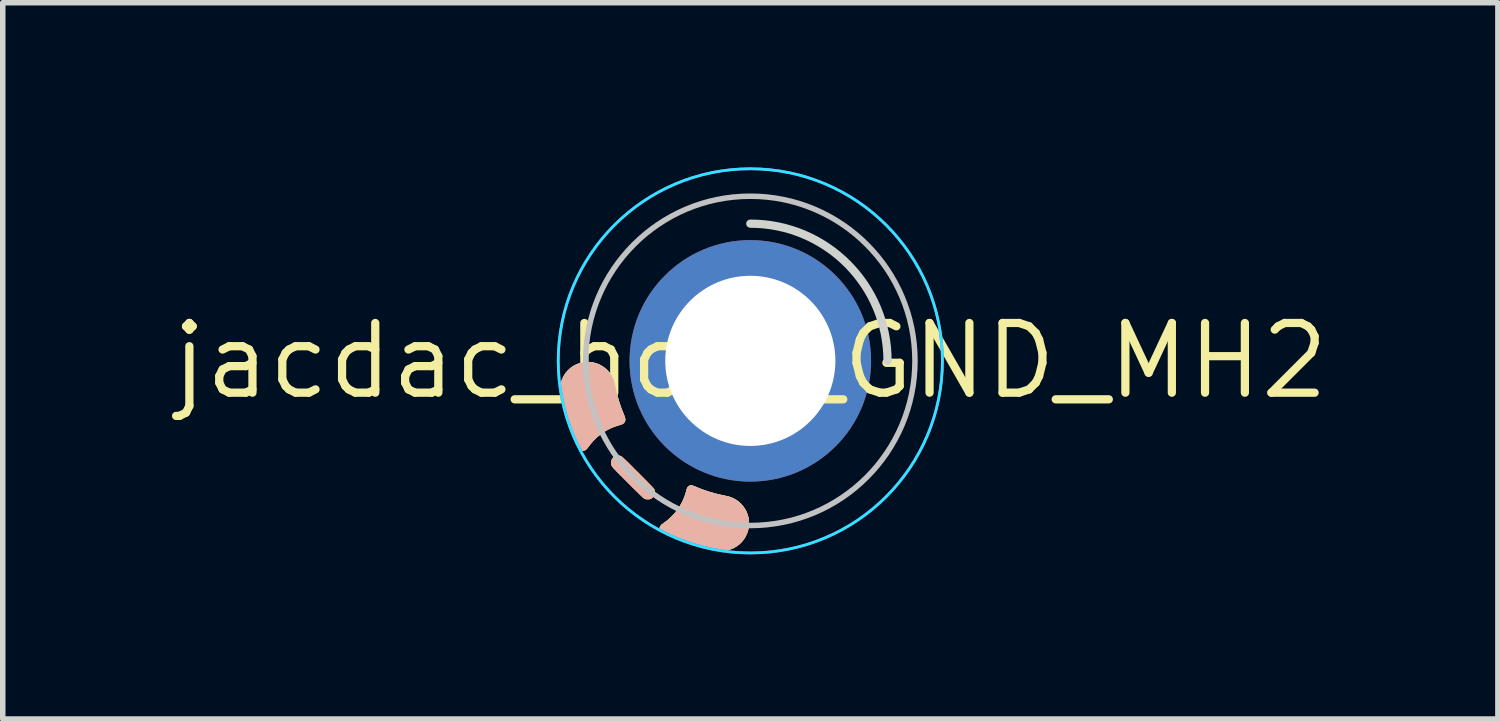
<source format=kicad_pcb>
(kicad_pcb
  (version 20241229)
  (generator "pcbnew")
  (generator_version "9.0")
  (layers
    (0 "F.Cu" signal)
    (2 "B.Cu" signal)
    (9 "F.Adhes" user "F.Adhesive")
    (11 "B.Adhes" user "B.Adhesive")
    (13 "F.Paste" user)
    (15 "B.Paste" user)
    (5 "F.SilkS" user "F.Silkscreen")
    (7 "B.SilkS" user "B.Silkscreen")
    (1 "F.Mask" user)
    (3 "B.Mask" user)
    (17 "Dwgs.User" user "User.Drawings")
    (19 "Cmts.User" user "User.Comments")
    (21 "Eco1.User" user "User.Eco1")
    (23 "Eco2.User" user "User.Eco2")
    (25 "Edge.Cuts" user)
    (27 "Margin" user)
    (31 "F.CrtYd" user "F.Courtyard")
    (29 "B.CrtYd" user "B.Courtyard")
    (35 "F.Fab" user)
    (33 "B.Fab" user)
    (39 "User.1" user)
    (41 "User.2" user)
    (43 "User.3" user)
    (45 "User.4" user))
  (footprint "jacdac_hole_GND_MH2"
    (layer "F.Cu")
    (at 10.621 3.525)
    (property "Reference" "jacdac_hole_GND_MH2" (at 0 0 0) (layer "F.SilkS") (effects (font (size 1.27 1.27) (thickness 0.15))))
    (attr through_hole)
    (fp_circle (center 0 0) (end -2.5 0) (stroke (width 0) (type solid)) (fill yes) (layer "F.Mask"))
    (fp_circle (center 0 0) (end -2.5 0) (stroke (width 0) (type solid)) (fill yes) (layer "B.Mask"))
    (fp_poly (pts (xy -2.284 1.095) (xy -2.292 1.111) (xy -2.302 1.124) (xy -2.311 1.133) (xy -2.32 1.141) (xy -2.332 1.148) (xy -2.347 1.154) (xy -2.368 1.161) (xy -2.394 1.169) (xy -2.395 1.169) (xy -2.452 1.187) (xy -2.504 1.206) (xy -2.553 1.227) (xy -2.586 1.244) (xy -2.662 1.286) (xy -2.733 1.336) (xy -2.8 1.392) (xy -2.863 1.453) (xy -2.919 1.519) (xy -2.947 1.556) (xy -2.969 1.585) (xy -2.989 1.607) (xy -3.009 1.622) (xy -3.028 1.631) (xy -3.048 1.635) (xy -3.053 1.635) (xy -3.072 1.633) (xy -3.088 1.627) (xy -3.104 1.616) (xy -3.119 1.598) (xy -3.135 1.575) (xy -3.151 1.544) (xy -3.152 1.544) (xy -3.209 1.422) (xy -3.262 1.295) (xy -3.311 1.162) (xy -3.356 1.025) (xy -3.395 0.885) (xy -3.43 0.743) (xy -3.442 0.685) (xy -3.453 0.625) (xy -3.46 0.572) (xy -3.463 0.525) (xy -3.462 0.483) (xy -3.458 0.449) (xy -3.444 0.386) (xy -3.422 0.326) (xy -3.394 0.27) (xy -3.36 0.219) (xy -3.319 0.172) (xy -3.273 0.13) (xy -3.221 0.094) (xy -3.212 0.089) (xy -3.159 0.063) (xy -3.103 0.043) (xy -3.045 0.03) (xy -2.985 0.024) (xy -2.924 0.024) (xy -2.865 0.032) (xy -2.807 0.047) (xy -2.803 0.048) (xy -2.747 0.071) (xy -2.694 0.101) (xy -2.645 0.137) (xy -2.6 0.178) (xy -2.561 0.225) (xy -2.527 0.276) (xy -2.5 0.33) (xy -2.491 0.352) (xy -2.487 0.366) (xy -2.481 0.386) (xy -2.475 0.411) (xy -2.469 0.437) (xy -2.463 0.464) (xy -2.463 0.464) (xy -2.442 0.564) (xy -2.418 0.658) (xy -2.392 0.747) (xy -2.363 0.835) (xy -2.33 0.922) (xy -2.31 0.969) (xy -2.297 1.004) (xy -2.287 1.033) (xy -2.282 1.057) (xy -2.281 1.077) (xy -2.284 1.095)) (stroke (width 0.01) (type solid)) (fill yes) (layer "F.SilkS"))
    (fp_poly (pts (xy -1.745 2.41) (xy -1.752 2.44) (xy -1.766 2.466) (xy -1.786 2.489) (xy -1.809 2.505) (xy -1.82 2.511) (xy -1.83 2.514) (xy -1.841 2.516) (xy -1.855 2.517) (xy -1.868 2.517) (xy -1.888 2.516) (xy -1.902 2.515) (xy -1.913 2.512) (xy -1.925 2.508) (xy -1.926 2.507) (xy -1.93 2.505) (xy -1.937 2.5) (xy -1.945 2.493) (xy -1.956 2.483) (xy -1.97 2.47) (xy -1.987 2.454) (xy -2.007 2.434) (xy -2.031 2.411) (xy -2.059 2.383) (xy -2.092 2.351) (xy -2.129 2.315) (xy -2.171 2.273) (xy -2.218 2.226) (xy -2.228 2.216) (xy -2.275 2.169) (xy -2.317 2.127) (xy -2.353 2.091) (xy -2.385 2.059) (xy -2.412 2.031) (xy -2.436 2.007) (xy -2.456 1.986) (xy -2.472 1.969) (xy -2.486 1.955) (xy -2.497 1.943) (xy -2.505 1.934) (xy -2.511 1.926) (xy -2.516 1.92) (xy -2.519 1.915) (xy -2.521 1.911) (xy -2.529 1.886) (xy -2.533 1.858) (xy -2.532 1.833) (xy -2.53 1.824) (xy -2.518 1.794) (xy -2.5 1.769) (xy -2.477 1.75) (xy -2.45 1.736) (xy -2.42 1.73) (xy -2.398 1.73) (xy -2.391 1.73) (xy -2.384 1.731) (xy -2.377 1.732) (xy -2.371 1.734) (xy -2.364 1.736) (xy -2.356 1.741) (xy -2.347 1.747) (xy -2.336 1.755) (xy -2.324 1.765) (xy -2.309 1.778) (xy -2.292 1.794) (xy -2.272 1.813) (xy -2.249 1.835) (xy -2.222 1.862) (xy -2.191 1.893) (xy -2.156 1.928) (xy -2.116 1.968) (xy -2.071 2.013) (xy -2.044 2.039) (xy -1.998 2.086) (xy -1.957 2.127) (xy -1.921 2.164) (xy -1.889 2.195) (xy -1.862 2.223) (xy -1.838 2.247) (xy -1.819 2.267) (xy -1.802 2.284) (xy -1.789 2.298) (xy -1.778 2.309) (xy -1.77 2.319) (xy -1.764 2.327) (xy -1.759 2.333) (xy -1.756 2.338) (xy -1.753 2.342) (xy -1.752 2.346) (xy -1.751 2.348) (xy -1.744 2.38) (xy -1.745 2.41)) (stroke (width 0.01) (type solid)) (fill yes) (layer "F.SilkS"))
    (fp_poly (pts (xy -0.035 3.045) (xy -0.048 3.103) (xy -0.069 3.158) (xy -0.095 3.211) (xy -0.128 3.259) (xy -0.166 3.304) (xy -0.209 3.344) (xy -0.258 3.379) (xy -0.311 3.409) (xy -0.368 3.433) (xy -0.43 3.45) (xy -0.432 3.45) (xy -0.449 3.453) (xy -0.469 3.455) (xy -0.491 3.457) (xy -0.519 3.457) (xy -0.531 3.457) (xy -0.552 3.457) (xy -0.573 3.456) (xy -0.595 3.454) (xy -0.617 3.451) (xy -0.642 3.447) (xy -0.67 3.442) (xy -0.703 3.435) (xy -0.74 3.427) (xy -0.784 3.417) (xy -0.803 3.413) (xy -0.916 3.385) (xy -1.032 3.351) (xy -1.149 3.312) (xy -1.265 3.27) (xy -1.379 3.224) (xy -1.488 3.176) (xy -1.559 3.142) (xy -1.586 3.127) (xy -1.607 3.115) (xy -1.623 3.103) (xy -1.634 3.091) (xy -1.642 3.078) (xy -1.643 3.076) (xy -1.649 3.058) (xy -1.649 3.041) (xy -1.645 3.027) (xy -1.634 3.008) (xy -1.615 2.987) (xy -1.59 2.967) (xy -1.585 2.964) (xy -1.512 2.91) (xy -1.445 2.85) (xy -1.383 2.786) (xy -1.328 2.718) (xy -1.279 2.645) (xy -1.237 2.568) (xy -1.212 2.512) (xy -1.199 2.48) (xy -1.188 2.449) (xy -1.177 2.415) (xy -1.166 2.377) (xy -1.158 2.345) (xy -1.152 2.326) (xy -1.147 2.313) (xy -1.14 2.303) (xy -1.132 2.294) (xy -1.117 2.281) (xy -1.101 2.273) (xy -1.082 2.27) (xy -1.061 2.273) (xy -1.035 2.28) (xy -1.013 2.289) (xy -0.892 2.339) (xy -0.768 2.382) (xy -0.64 2.419) (xy -0.506 2.451) (xy -0.475 2.457) (xy -0.441 2.464) (xy -0.412 2.471) (xy -0.389 2.477) (xy -0.368 2.483) (xy -0.35 2.489) (xy -0.331 2.497) (xy -0.317 2.503) (xy -0.264 2.532) (xy -0.215 2.567) (xy -0.17 2.608) (xy -0.131 2.654) (xy -0.097 2.704) (xy -0.069 2.757) (xy -0.048 2.813) (xy -0.037 2.861) (xy -0.029 2.923) (xy -0.028 2.985) (xy -0.035 3.045)) (stroke (width 0.01) (type solid)) (fill yes) (layer "F.SilkS"))
    (fp_poly (pts (xy -2.285 1.098) (xy -2.292 1.113) (xy -2.302 1.127) (xy -2.311 1.136) (xy -2.321 1.144) (xy -2.332 1.15) (xy -2.348 1.157) (xy -2.368 1.164) (xy -2.395 1.172) (xy -2.396 1.172) (xy -2.452 1.19) (xy -2.504 1.209) (xy -2.554 1.23) (xy -2.587 1.246) (xy -2.662 1.289) (xy -2.733 1.339) (xy -2.801 1.394) (xy -2.863 1.455) (xy -2.92 1.522) (xy -2.947 1.559) (xy -2.969 1.588) (xy -2.99 1.609) (xy -3.009 1.625) (xy -3.028 1.634) (xy -3.048 1.638) (xy -3.053 1.638) (xy -3.072 1.636) (xy -3.089 1.63) (xy -3.104 1.618) (xy -3.12 1.601) (xy -3.135 1.577) (xy -3.152 1.547) (xy -3.152 1.546) (xy -3.209 1.425) (xy -3.263 1.297) (xy -3.312 1.165) (xy -3.356 1.028) (xy -3.396 0.888) (xy -3.43 0.746) (xy -3.442 0.687) (xy -3.453 0.628) (xy -3.46 0.575) (xy -3.463 0.527) (xy -3.462 0.485) (xy -3.458 0.452) (xy -3.444 0.388) (xy -3.423 0.328) (xy -3.395 0.273) (xy -3.36 0.221) (xy -3.32 0.175) (xy -3.273 0.133) (xy -3.221 0.097) (xy -3.212 0.092) (xy -3.16 0.065) (xy -3.104 0.046) (xy -3.045 0.033) (xy -2.985 0.026) (xy -2.924 0.027) (xy -2.865 0.035) (xy -2.807 0.05) (xy -2.803 0.051) (xy -2.747 0.074) (xy -2.694 0.104) (xy -2.645 0.14) (xy -2.6 0.181) (xy -2.561 0.228) (xy -2.527 0.278) (xy -2.5 0.332) (xy -2.491 0.354) (xy -2.487 0.369) (xy -2.481 0.389) (xy -2.475 0.413) (xy -2.469 0.44) (xy -2.464 0.467) (xy -2.463 0.467) (xy -2.442 0.567) (xy -2.418 0.66) (xy -2.392 0.75) (xy -2.363 0.838) (xy -2.33 0.925) (xy -2.31 0.972) (xy -2.297 1.007) (xy -2.287 1.036) (xy -2.282 1.06) (xy -2.281 1.08) (xy -2.285 1.098)) (stroke (width 0.01) (type solid)) (fill yes) (layer "B.SilkS"))
    (fp_poly (pts (xy -1.745 2.413) (xy -1.752 2.442) (xy -1.767 2.469) (xy -1.787 2.492) (xy -1.81 2.508) (xy -1.821 2.513) (xy -1.83 2.517) (xy -1.841 2.519) (xy -1.855 2.519) (xy -1.869 2.519) (xy -1.888 2.519) (xy -1.902 2.518) (xy -1.914 2.515) (xy -1.925 2.511) (xy -1.926 2.51) (xy -1.931 2.507) (xy -1.937 2.502) (xy -1.945 2.495) (xy -1.956 2.486) (xy -1.97 2.473) (xy -1.987 2.457) (xy -2.008 2.437) (xy -2.032 2.414) (xy -2.06 2.386) (xy -2.092 2.354) (xy -2.129 2.317) (xy -2.171 2.276) (xy -2.218 2.229) (xy -2.229 2.218) (xy -2.275 2.171) (xy -2.317 2.13) (xy -2.353 2.093) (xy -2.385 2.061) (xy -2.413 2.033) (xy -2.436 2.01) (xy -2.456 1.989) (xy -2.473 1.972) (xy -2.486 1.958) (xy -2.497 1.946) (xy -2.505 1.936) (xy -2.512 1.929) (xy -2.516 1.923) (xy -2.519 1.918) (xy -2.521 1.914) (xy -2.53 1.888) (xy -2.533 1.861) (xy -2.532 1.836) (xy -2.53 1.827) (xy -2.518 1.797) (xy -2.5 1.772) (xy -2.477 1.752) (xy -2.45 1.739) (xy -2.42 1.733) (xy -2.399 1.732) (xy -2.391 1.733) (xy -2.384 1.733) (xy -2.378 1.734) (xy -2.371 1.736) (xy -2.364 1.739) (xy -2.356 1.743) (xy -2.347 1.749) (xy -2.337 1.757) (xy -2.324 1.767) (xy -2.31 1.78) (xy -2.293 1.796) (xy -2.273 1.815) (xy -2.249 1.838) (xy -2.222 1.865) (xy -2.191 1.895) (xy -2.156 1.93) (xy -2.116 1.971) (xy -2.071 2.016) (xy -2.045 2.042) (xy -1.998 2.089) (xy -1.957 2.13) (xy -1.921 2.166) (xy -1.889 2.198) (xy -1.862 2.226) (xy -1.839 2.249) (xy -1.819 2.269) (xy -1.803 2.286) (xy -1.789 2.301) (xy -1.779 2.312) (xy -1.77 2.322) (xy -1.764 2.329) (xy -1.759 2.335) (xy -1.756 2.34) (xy -1.753 2.345) (xy -1.752 2.349) (xy -1.751 2.351) (xy -1.744 2.382) (xy -1.745 2.413)) (stroke (width 0.01) (type solid)) (fill yes) (layer "B.SilkS"))
    (fp_poly (pts (xy -0.035 3.048) (xy -0.049 3.106) (xy -0.069 3.161) (xy -0.096 3.213) (xy -0.128 3.262) (xy -0.166 3.307) (xy -0.21 3.347) (xy -0.258 3.382) (xy -0.311 3.412) (xy -0.369 3.435) (xy -0.43 3.452) (xy -0.432 3.453) (xy -0.45 3.456) (xy -0.469 3.458) (xy -0.491 3.459) (xy -0.52 3.46) (xy -0.531 3.46) (xy -0.553 3.459) (xy -0.574 3.458) (xy -0.595 3.456) (xy -0.618 3.454) (xy -0.642 3.45) (xy -0.67 3.445) (xy -0.703 3.438) (xy -0.741 3.43) (xy -0.785 3.42) (xy -0.803 3.416) (xy -0.916 3.387) (xy -1.033 3.354) (xy -1.15 3.315) (xy -1.266 3.273) (xy -1.379 3.227) (xy -1.488 3.179) (xy -1.559 3.145) (xy -1.586 3.13) (xy -1.608 3.117) (xy -1.623 3.105) (xy -1.634 3.093) (xy -1.642 3.081) (xy -1.643 3.079) (xy -1.649 3.061) (xy -1.649 3.044) (xy -1.645 3.03) (xy -1.634 3.01) (xy -1.616 2.99) (xy -1.59 2.97) (xy -1.586 2.966) (xy -1.512 2.912) (xy -1.445 2.853) (xy -1.383 2.789) (xy -1.328 2.72) (xy -1.279 2.648) (xy -1.237 2.571) (xy -1.212 2.514) (xy -1.2 2.483) (xy -1.188 2.452) (xy -1.178 2.418) (xy -1.167 2.38) (xy -1.158 2.347) (xy -1.152 2.329) (xy -1.147 2.316) (xy -1.14 2.305) (xy -1.133 2.297) (xy -1.117 2.284) (xy -1.101 2.276) (xy -1.083 2.273) (xy -1.061 2.275) (xy -1.036 2.283) (xy -1.013 2.292) (xy -0.893 2.342) (xy -0.768 2.385) (xy -0.64 2.422) (xy -0.506 2.454) (xy -0.476 2.46) (xy -0.441 2.467) (xy -0.413 2.473) (xy -0.389 2.479) (xy -0.369 2.485) (xy -0.35 2.492) (xy -0.331 2.5) (xy -0.317 2.506) (xy -0.264 2.535) (xy -0.215 2.57) (xy -0.171 2.611) (xy -0.131 2.656) (xy -0.097 2.706) (xy -0.07 2.76) (xy -0.049 2.816) (xy -0.037 2.863) (xy -0.029 2.926) (xy -0.028 2.988) (xy -0.035 3.048)) (stroke (width 0.01) (type solid)) (fill yes) (layer "B.SilkS"))
    (fp_circle (center 0 0) (end -3 0) (stroke (width 0.1) (type default)) (fill no) (layer "Dwgs.User"))
    (fp_arc (start 0 -2.5) (mid 1.767767 -1.767767) (end 2.5 0) (stroke (width 0.15) (type default)) (layer "Edge.Cuts"))
    (fp_circle (center 0 0) (end -3.5 0) (stroke (width 0.05) (type default)) (fill no) (layer "B.CrtYd"))
    (fp_circle (center 0 0) (end -3.5 0) (stroke (width 0.05) (type default)) (fill no) (layer "F.CrtYd"))
    (pad "MH2" thru_hole circle (at 0 0 180) (size 4.4 4.4) (drill 3.1) (layers "*.Cu"))
    (zone (net_name "") (layers "F.Cu" "B.Cu") (hatch edge 0.508) (connect_pads) (min_thickness 0.254) (filled_areas_thickness no) (keepout (tracks allowed) (vias allowed) (pads allowed) (copperpour not_allowed) (footprints allowed)) (placement (enabled no)) (fill) (polygon (pts (xy 7.616 3.525) (xy 7.636 3.874) (xy 7.697 4.218) (xy 7.797 4.553) (xy 7.935 4.874) (xy 8.11 5.176) (xy 8.319 5.457) (xy 8.559 5.711) (xy 8.826 5.935) (xy 9.118 6.127) (xy 9.431 6.284) (xy 9.759 6.404) (xy 10.099 6.484) (xy 10.446 6.525) (xy 10.796 6.525) (xy 11.143 6.484) (xy 11.483 6.404) (xy 11.811 6.284) (xy 12.123 6.127) (xy 12.415 5.935) (xy 12.683 5.711) (xy 12.923 5.457) (xy 13.132 5.176) (xy 13.306 4.874) (xy 13.445 4.553) (xy 13.545 4.218) (xy 13.606 3.874) (xy 13.626 3.525) (xy 13.606 3.176) (xy 13.545 2.832) (xy 13.445 2.497) (xy 13.306 2.176) (xy 13.132 1.874) (xy 12.923 1.593) (xy 12.683 1.339) (xy 12.415 1.115) (xy 12.123 0.923) (xy 11.811 0.766) (xy 11.483 0.646) (xy 11.143 0.566) (xy 10.796 0.525) (xy 10.446 0.525) (xy 10.099 0.566) (xy 9.759 0.646) (xy 9.431 0.766) (xy 9.118 0.923) (xy 8.826 1.115) (xy 8.559 1.339) (xy 8.319 1.593) (xy 8.11 1.874) (xy 7.935 2.176) (xy 7.797 2.497) (xy 7.697 2.832) (xy 7.636 3.176)))))
  (gr_rect
    (start -3 -3)
    (end 24.242 10.05)
    (stroke (width 0.1) (type default))
    (fill no)
    (layer "Edge.Cuts")))
</source>
